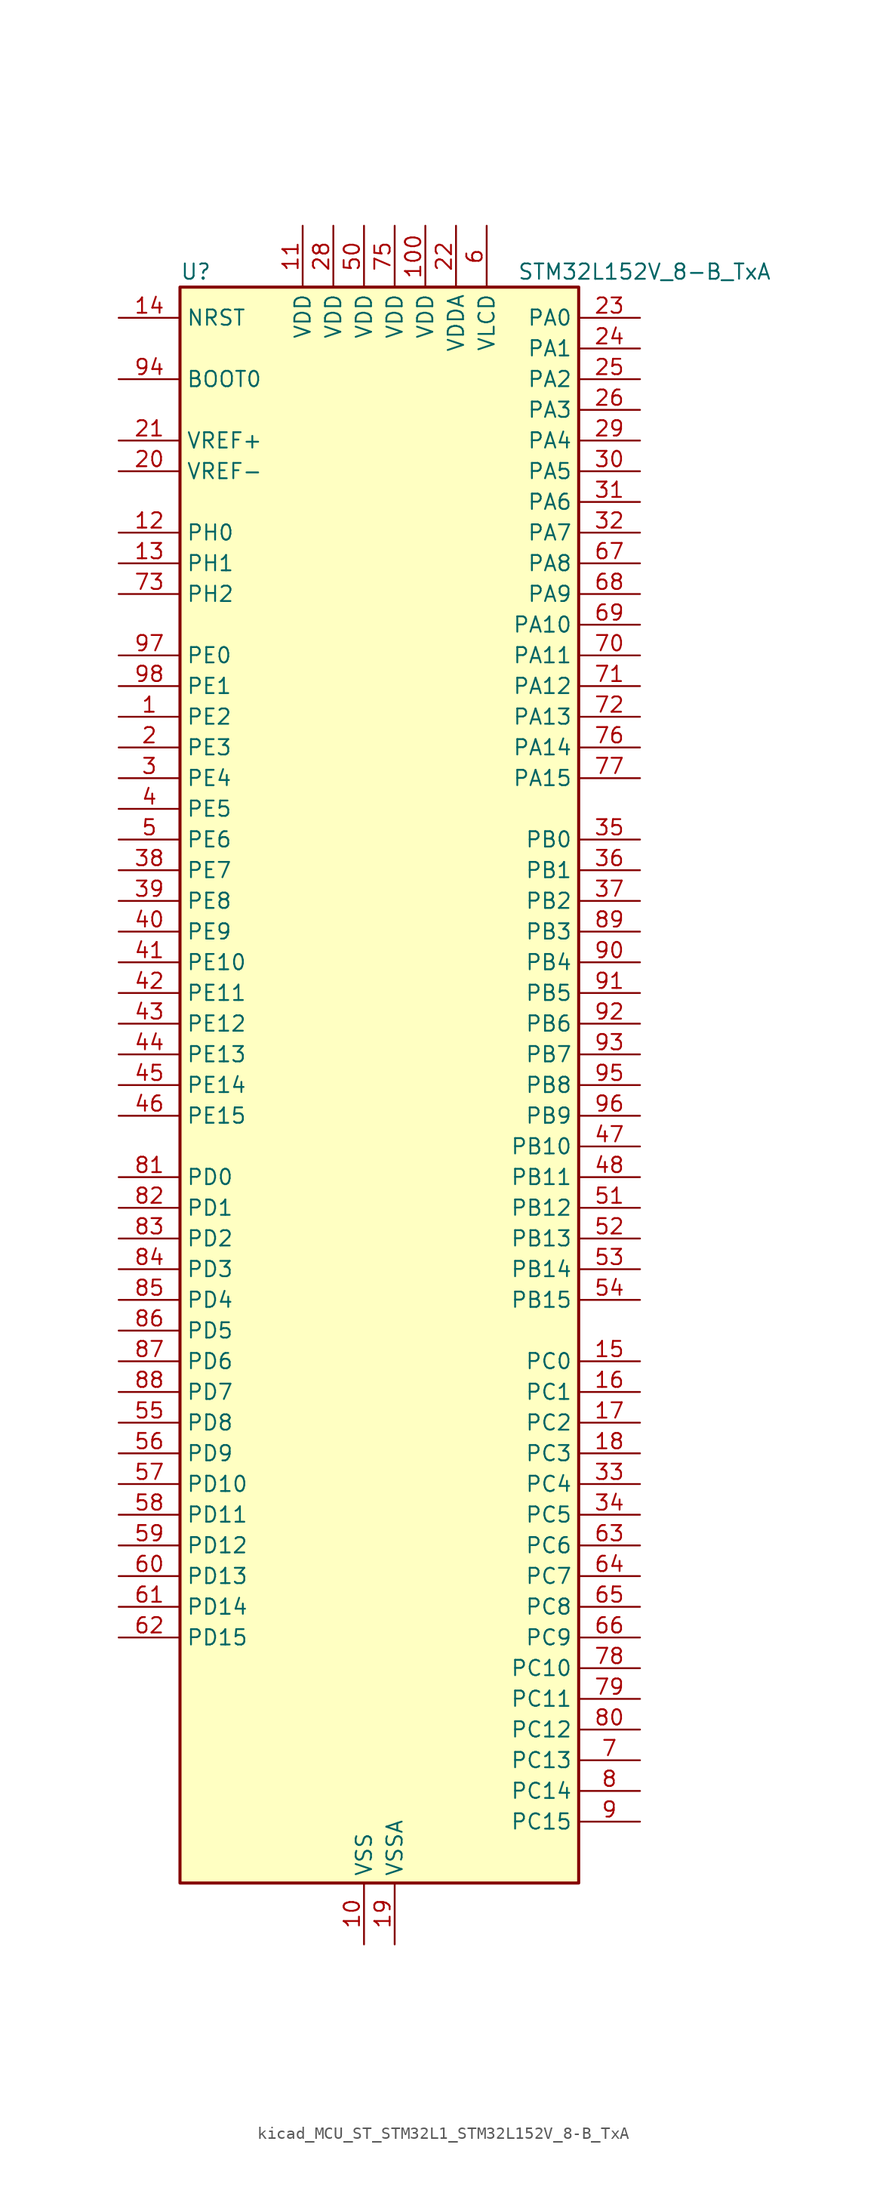
<source format=kicad_sym>
(kicad_symbol_lib
  (version 20220914)
  (generator kicad_symbol_editor)
  (symbol "kicad_MCU_ST_STM32L1_STM32L152V_8-B_TxA"
    (property "Reference" "U"
      (at -15.24 67.31 0)
      (effects (font (size 1.27 1.27)) (justify left)))
    (property "Value" "STM32L152V_8-B_TxA"
      (at 12.7 67.31 0)
      (effects (font (size 1.27 1.27)) (justify left)))
    (property "ki_locked" ""
      (at 0 0 0)
      (effects (font (size 1.27 1.27))))
    (symbol "kicad_MCU_ST_STM32L1_STM32L152V_8-B_TxA_0_1"
      (rectangle (start -15.24 -66.04) (end 17.78 66.04) (stroke (width 0.254) (type default)) (fill (type background))))
    (symbol "kicad_MCU_ST_STM32L1_STM32L152V_8-B_TxA_1_1"
      (pin bidirectional line (at -20.32 30.48 0) (length 5.08) (name "PE2" (effects (font (size 1.27 1.27)))) (number "1" (effects (font (size 1.27 1.27)))) (alternate "LCD_SEG38" bidirectional line) (alternate "SYS_TRACECK" bidirectional line) (alternate "TIM3_ETR" bidirectional line) (alternate "TIMX_IC3" bidirectional line))
      (pin power_in line (at 0 -71.12 90) (length 5.08) (name "VSS" (effects (font (size 1.27 1.27)))) (number "10" (effects (font (size 1.27 1.27)))))
      (pin power_in line (at 5.08 71.12 270) (length 5.08) (name "VDD" (effects (font (size 1.27 1.27)))) (number "100" (effects (font (size 1.27 1.27)))))
      (pin power_in line (at -5.08 71.12 270) (length 5.08) (name "VDD" (effects (font (size 1.27 1.27)))) (number "11" (effects (font (size 1.27 1.27)))))
      (pin bidirectional line (at -20.32 45.72 0) (length 5.08) (name "PH0" (effects (font (size 1.27 1.27)))) (number "12" (effects (font (size 1.27 1.27)))) (alternate "RCC_OSC_IN" bidirectional line))
      (pin bidirectional line (at -20.32 43.18 0) (length 5.08) (name "PH1" (effects (font (size 1.27 1.27)))) (number "13" (effects (font (size 1.27 1.27)))) (alternate "RCC_OSC_OUT" bidirectional line))
      (pin input line (at -20.32 63.5 0) (length 5.08) (name "NRST" (effects (font (size 1.27 1.27)))) (number "14" (effects (font (size 1.27 1.27)))))
      (pin bidirectional line (at 22.86 -22.86 180) (length 5.08) (name "PC0" (effects (font (size 1.27 1.27)))) (number "15" (effects (font (size 1.27 1.27)))) (alternate "ADC_IN10" bidirectional line) (alternate "COMP1_INP" bidirectional line) (alternate "LCD_SEG18" bidirectional line) (alternate "TIMX_IC1" bidirectional line) (alternate "TS_G8_IO1" bidirectional line))
      (pin bidirectional line (at 22.86 -25.4 180) (length 5.08) (name "PC1" (effects (font (size 1.27 1.27)))) (number "16" (effects (font (size 1.27 1.27)))) (alternate "ADC_IN11" bidirectional line) (alternate "COMP1_INP" bidirectional line) (alternate "LCD_SEG19" bidirectional line) (alternate "TIMX_IC2" bidirectional line) (alternate "TS_G8_IO2" bidirectional line))
      (pin bidirectional line (at 22.86 -27.94 180) (length 5.08) (name "PC2" (effects (font (size 1.27 1.27)))) (number "17" (effects (font (size 1.27 1.27)))) (alternate "ADC_IN12" bidirectional line) (alternate "COMP1_INP" bidirectional line) (alternate "LCD_SEG20" bidirectional line) (alternate "TIMX_IC3" bidirectional line) (alternate "TS_G8_IO3" bidirectional line))
      (pin bidirectional line (at 22.86 -30.48 180) (length 5.08) (name "PC3" (effects (font (size 1.27 1.27)))) (number "18" (effects (font (size 1.27 1.27)))) (alternate "ADC_IN13" bidirectional line) (alternate "COMP1_INP" bidirectional line) (alternate "LCD_SEG21" bidirectional line) (alternate "TIMX_IC4" bidirectional line) (alternate "TS_G8_IO4" bidirectional line))
      (pin power_in line (at 2.54 -71.12 90) (length 5.08) (name "VSSA" (effects (font (size 1.27 1.27)))) (number "19" (effects (font (size 1.27 1.27)))))
      (pin bidirectional line (at -20.32 27.94 0) (length 5.08) (name "PE3" (effects (font (size 1.27 1.27)))) (number "2" (effects (font (size 1.27 1.27)))) (alternate "LCD_SEG39" bidirectional line) (alternate "SYS_TRACED0" bidirectional line) (alternate "TIM3_CH1" bidirectional line) (alternate "TIMX_IC4" bidirectional line))
      (pin input line (at -20.32 50.8 0) (length 5.08) (name "VREF-" (effects (font (size 1.27 1.27)))) (number "20" (effects (font (size 1.27 1.27)))))
      (pin input line (at -20.32 53.34 0) (length 5.08) (name "VREF+" (effects (font (size 1.27 1.27)))) (number "21" (effects (font (size 1.27 1.27)))))
      (pin power_in line (at 7.62 71.12 270) (length 5.08) (name "VDDA" (effects (font (size 1.27 1.27)))) (number "22" (effects (font (size 1.27 1.27)))))
      (pin bidirectional line (at 22.86 63.5 180) (length 5.08) (name "PA0" (effects (font (size 1.27 1.27)))) (number "23" (effects (font (size 1.27 1.27)))) (alternate "ADC_IN0" bidirectional line) (alternate "COMP1_INP" bidirectional line) (alternate "RTC_TAMP2" bidirectional line) (alternate "SYS_WKUP1" bidirectional line) (alternate "TIM2_CH1" bidirectional line) (alternate "TIM2_ETR" bidirectional line) (alternate "TIMX_IC1" bidirectional line) (alternate "TS_G1_IO1" bidirectional line) (alternate "USART2_CTS" bidirectional line))
      (pin bidirectional line (at 22.86 60.96 180) (length 5.08) (name "PA1" (effects (font (size 1.27 1.27)))) (number "24" (effects (font (size 1.27 1.27)))) (alternate "ADC_IN1" bidirectional line) (alternate "COMP1_INP" bidirectional line) (alternate "LCD_SEG0" bidirectional line) (alternate "TIM2_CH2" bidirectional line) (alternate "TIMX_IC2" bidirectional line) (alternate "TS_G1_IO2" bidirectional line) (alternate "USART2_RTS" bidirectional line))
      (pin bidirectional line (at 22.86 58.42 180) (length 5.08) (name "PA2" (effects (font (size 1.27 1.27)))) (number "25" (effects (font (size 1.27 1.27)))) (alternate "ADC_IN2" bidirectional line) (alternate "COMP1_INP" bidirectional line) (alternate "LCD_SEG1" bidirectional line) (alternate "TIM2_CH3" bidirectional line) (alternate "TIM9_CH1" bidirectional line) (alternate "TIMX_IC3" bidirectional line) (alternate "TS_G1_IO3" bidirectional line) (alternate "USART2_TX" bidirectional line))
      (pin bidirectional line (at 22.86 55.88 180) (length 5.08) (name "PA3" (effects (font (size 1.27 1.27)))) (number "26" (effects (font (size 1.27 1.27)))) (alternate "ADC_IN3" bidirectional line) (alternate "COMP1_INP" bidirectional line) (alternate "LCD_SEG2" bidirectional line) (alternate "TIM2_CH4" bidirectional line) (alternate "TIM9_CH2" bidirectional line) (alternate "TIMX_IC4" bidirectional line) (alternate "TS_G1_IO4" bidirectional line) (alternate "USART2_RX" bidirectional line))
      (pin passive line (at 0 -71.12 90) (length 5.08) hide (name "VSS" (effects (font (size 1.27 1.27)))) (number "27" (effects (font (size 1.27 1.27)))))
      (pin power_in line (at -2.54 71.12 270) (length 5.08) (name "VDD" (effects (font (size 1.27 1.27)))) (number "28" (effects (font (size 1.27 1.27)))))
      (pin bidirectional line (at 22.86 53.34 180) (length 5.08) (name "PA4" (effects (font (size 1.27 1.27)))) (number "29" (effects (font (size 1.27 1.27)))) (alternate "ADC_IN4" bidirectional line) (alternate "COMP1_INP" bidirectional line) (alternate "DAC_OUT1" bidirectional line) (alternate "SPI1_NSS" bidirectional line) (alternate "TIMX_IC1" bidirectional line) (alternate "USART2_CK" bidirectional line))
      (pin bidirectional line (at -20.32 25.4 0) (length 5.08) (name "PE4" (effects (font (size 1.27 1.27)))) (number "3" (effects (font (size 1.27 1.27)))) (alternate "SYS_TRACED1" bidirectional line) (alternate "TIM3_CH2" bidirectional line) (alternate "TIMX_IC1" bidirectional line))
      (pin bidirectional line (at 22.86 50.8 180) (length 5.08) (name "PA5" (effects (font (size 1.27 1.27)))) (number "30" (effects (font (size 1.27 1.27)))) (alternate "ADC_IN5" bidirectional line) (alternate "COMP1_INP" bidirectional line) (alternate "DAC_OUT2" bidirectional line) (alternate "SPI1_SCK" bidirectional line) (alternate "TIM2_CH1" bidirectional line) (alternate "TIM2_ETR" bidirectional line) (alternate "TIMX_IC2" bidirectional line))
      (pin bidirectional line (at 22.86 48.26 180) (length 5.08) (name "PA6" (effects (font (size 1.27 1.27)))) (number "31" (effects (font (size 1.27 1.27)))) (alternate "ADC_IN6" bidirectional line) (alternate "COMP1_INP" bidirectional line) (alternate "LCD_SEG3" bidirectional line) (alternate "SPI1_MISO" bidirectional line) (alternate "TIM10_CH1" bidirectional line) (alternate "TIM3_CH1" bidirectional line) (alternate "TIMX_IC3" bidirectional line) (alternate "TS_G2_IO1" bidirectional line))
      (pin bidirectional line (at 22.86 45.72 180) (length 5.08) (name "PA7" (effects (font (size 1.27 1.27)))) (number "32" (effects (font (size 1.27 1.27)))) (alternate "ADC_IN7" bidirectional line) (alternate "COMP1_INP" bidirectional line) (alternate "LCD_SEG4" bidirectional line) (alternate "SPI1_MOSI" bidirectional line) (alternate "TIM11_CH1" bidirectional line) (alternate "TIM3_CH2" bidirectional line) (alternate "TIMX_IC4" bidirectional line) (alternate "TS_G2_IO2" bidirectional line))
      (pin bidirectional line (at 22.86 -33.02 180) (length 5.08) (name "PC4" (effects (font (size 1.27 1.27)))) (number "33" (effects (font (size 1.27 1.27)))) (alternate "ADC_IN14" bidirectional line) (alternate "COMP1_INP" bidirectional line) (alternate "LCD_SEG22" bidirectional line) (alternate "TIMX_IC1" bidirectional line) (alternate "TS_G9_IO1" bidirectional line))
      (pin bidirectional line (at 22.86 -35.56 180) (length 5.08) (name "PC5" (effects (font (size 1.27 1.27)))) (number "34" (effects (font (size 1.27 1.27)))) (alternate "ADC_IN15" bidirectional line) (alternate "COMP1_INP" bidirectional line) (alternate "LCD_SEG23" bidirectional line) (alternate "TIMX_IC2" bidirectional line) (alternate "TS_G9_IO2" bidirectional line))
      (pin bidirectional line (at 22.86 20.32 180) (length 5.08) (name "PB0" (effects (font (size 1.27 1.27)))) (number "35" (effects (font (size 1.27 1.27)))) (alternate "ADC_IN8" bidirectional line) (alternate "COMP1_INP" bidirectional line) (alternate "LCD_SEG5" bidirectional line) (alternate "SYS_V_REF_OUT" bidirectional line) (alternate "TIM3_CH3" bidirectional line) (alternate "TS_G3_IO1" bidirectional line))
      (pin bidirectional line (at 22.86 17.78 180) (length 5.08) (name "PB1" (effects (font (size 1.27 1.27)))) (number "36" (effects (font (size 1.27 1.27)))) (alternate "ADC_IN9" bidirectional line) (alternate "COMP1_INP" bidirectional line) (alternate "LCD_SEG6" bidirectional line) (alternate "SYS_V_REF_OUT" bidirectional line) (alternate "TIM3_CH4" bidirectional line) (alternate "TS_G3_IO2" bidirectional line))
      (pin bidirectional line (at 22.86 15.24 180) (length 5.08) (name "PB2" (effects (font (size 1.27 1.27)))) (number "37" (effects (font (size 1.27 1.27)))) (alternate "TS_G3_IO3" bidirectional line))
      (pin bidirectional line (at -20.32 17.78 0) (length 5.08) (name "PE7" (effects (font (size 1.27 1.27)))) (number "38" (effects (font (size 1.27 1.27)))) (alternate "ADC_IN22" bidirectional line) (alternate "COMP1_INP" bidirectional line) (alternate "TIMX_IC4" bidirectional line))
      (pin bidirectional line (at -20.32 15.24 0) (length 5.08) (name "PE8" (effects (font (size 1.27 1.27)))) (number "39" (effects (font (size 1.27 1.27)))) (alternate "ADC_IN23" bidirectional line) (alternate "COMP1_INP" bidirectional line) (alternate "TIMX_IC1" bidirectional line))
      (pin bidirectional line (at -20.32 22.86 0) (length 5.08) (name "PE5" (effects (font (size 1.27 1.27)))) (number "4" (effects (font (size 1.27 1.27)))) (alternate "SYS_TRACED2" bidirectional line) (alternate "TIM9_CH1" bidirectional line) (alternate "TIMX_IC2" bidirectional line))
      (pin bidirectional line (at -20.32 12.7 0) (length 5.08) (name "PE9" (effects (font (size 1.27 1.27)))) (number "40" (effects (font (size 1.27 1.27)))) (alternate "ADC_IN24" bidirectional line) (alternate "COMP1_INP" bidirectional line) (alternate "DAC_EXTI9" bidirectional line) (alternate "TIM2_CH1" bidirectional line) (alternate "TIM2_ETR" bidirectional line) (alternate "TIMX_IC2" bidirectional line))
      (pin bidirectional line (at -20.32 10.16 0) (length 5.08) (name "PE10" (effects (font (size 1.27 1.27)))) (number "41" (effects (font (size 1.27 1.27)))) (alternate "ADC_IN25" bidirectional line) (alternate "COMP1_INP" bidirectional line) (alternate "TIM2_CH2" bidirectional line) (alternate "TIMX_IC3" bidirectional line))
      (pin bidirectional line (at -20.32 7.62 0) (length 5.08) (name "PE11" (effects (font (size 1.27 1.27)))) (number "42" (effects (font (size 1.27 1.27)))) (alternate "ADC_EXTI11" bidirectional line) (alternate "TIM2_CH3" bidirectional line) (alternate "TIMX_IC4" bidirectional line))
      (pin bidirectional line (at -20.32 5.08 0) (length 5.08) (name "PE12" (effects (font (size 1.27 1.27)))) (number "43" (effects (font (size 1.27 1.27)))) (alternate "SPI1_NSS" bidirectional line) (alternate "TIM2_CH4" bidirectional line) (alternate "TIMX_IC1" bidirectional line))
      (pin bidirectional line (at -20.32 2.54 0) (length 5.08) (name "PE13" (effects (font (size 1.27 1.27)))) (number "44" (effects (font (size 1.27 1.27)))) (alternate "SPI1_SCK" bidirectional line) (alternate "TIMX_IC2" bidirectional line))
      (pin bidirectional line (at -20.32 0 0) (length 5.08) (name "PE14" (effects (font (size 1.27 1.27)))) (number "45" (effects (font (size 1.27 1.27)))) (alternate "SPI1_MISO" bidirectional line) (alternate "TIMX_IC3" bidirectional line))
      (pin bidirectional line (at -20.32 -2.54 0) (length 5.08) (name "PE15" (effects (font (size 1.27 1.27)))) (number "46" (effects (font (size 1.27 1.27)))) (alternate "ADC_EXTI15" bidirectional line) (alternate "SPI1_MOSI" bidirectional line) (alternate "TIMX_IC4" bidirectional line))
      (pin bidirectional line (at 22.86 -5.08 180) (length 5.08) (name "PB10" (effects (font (size 1.27 1.27)))) (number "47" (effects (font (size 1.27 1.27)))) (alternate "I2C2_SCL" bidirectional line) (alternate "LCD_SEG10" bidirectional line) (alternate "TIM2_CH3" bidirectional line) (alternate "USART3_TX" bidirectional line))
      (pin bidirectional line (at 22.86 -7.62 180) (length 5.08) (name "PB11" (effects (font (size 1.27 1.27)))) (number "48" (effects (font (size 1.27 1.27)))) (alternate "ADC_EXTI11" bidirectional line) (alternate "I2C2_SDA" bidirectional line) (alternate "LCD_SEG11" bidirectional line) (alternate "TIM2_CH4" bidirectional line) (alternate "USART3_RX" bidirectional line))
      (pin passive line (at 0 -71.12 90) (length 5.08) hide (name "VSS" (effects (font (size 1.27 1.27)))) (number "49" (effects (font (size 1.27 1.27)))))
      (pin bidirectional line (at -20.32 20.32 0) (length 5.08) (name "PE6" (effects (font (size 1.27 1.27)))) (number "5" (effects (font (size 1.27 1.27)))) (alternate "RTC_TAMP3" bidirectional line) (alternate "SYS_TRACED3" bidirectional line) (alternate "SYS_WKUP3" bidirectional line) (alternate "TIM9_CH2" bidirectional line) (alternate "TIMX_IC3" bidirectional line))
      (pin power_in line (at 0 71.12 270) (length 5.08) (name "VDD" (effects (font (size 1.27 1.27)))) (number "50" (effects (font (size 1.27 1.27)))))
      (pin bidirectional line (at 22.86 -10.16 180) (length 5.08) (name "PB12" (effects (font (size 1.27 1.27)))) (number "51" (effects (font (size 1.27 1.27)))) (alternate "ADC_IN18" bidirectional line) (alternate "COMP1_INP" bidirectional line) (alternate "I2C2_SMBA" bidirectional line) (alternate "LCD_SEG12" bidirectional line) (alternate "SPI2_NSS" bidirectional line) (alternate "TIM10_CH1" bidirectional line) (alternate "TS_G7_IO1" bidirectional line) (alternate "USART3_CK" bidirectional line))
      (pin bidirectional line (at 22.86 -12.7 180) (length 5.08) (name "PB13" (effects (font (size 1.27 1.27)))) (number "52" (effects (font (size 1.27 1.27)))) (alternate "ADC_IN19" bidirectional line) (alternate "COMP1_INP" bidirectional line) (alternate "LCD_SEG13" bidirectional line) (alternate "SPI2_SCK" bidirectional line) (alternate "TIM9_CH1" bidirectional line) (alternate "TS_G7_IO2" bidirectional line) (alternate "USART3_CTS" bidirectional line))
      (pin bidirectional line (at 22.86 -15.24 180) (length 5.08) (name "PB14" (effects (font (size 1.27 1.27)))) (number "53" (effects (font (size 1.27 1.27)))) (alternate "ADC_IN20" bidirectional line) (alternate "COMP1_INP" bidirectional line) (alternate "LCD_SEG14" bidirectional line) (alternate "SPI2_MISO" bidirectional line) (alternate "TIM9_CH2" bidirectional line) (alternate "TS_G7_IO3" bidirectional line) (alternate "USART3_RTS" bidirectional line))
      (pin bidirectional line (at 22.86 -17.78 180) (length 5.08) (name "PB15" (effects (font (size 1.27 1.27)))) (number "54" (effects (font (size 1.27 1.27)))) (alternate "ADC_EXTI15" bidirectional line) (alternate "ADC_IN21" bidirectional line) (alternate "COMP1_INP" bidirectional line) (alternate "LCD_SEG15" bidirectional line) (alternate "RTC_REFIN" bidirectional line) (alternate "SPI2_MOSI" bidirectional line) (alternate "TIM11_CH1" bidirectional line) (alternate "TS_G7_IO4" bidirectional line))
      (pin bidirectional line (at -20.32 -27.94 0) (length 5.08) (name "PD8" (effects (font (size 1.27 1.27)))) (number "55" (effects (font (size 1.27 1.27)))) (alternate "LCD_SEG28" bidirectional line) (alternate "TIMX_IC1" bidirectional line) (alternate "USART3_TX" bidirectional line))
      (pin bidirectional line (at -20.32 -30.48 0) (length 5.08) (name "PD9" (effects (font (size 1.27 1.27)))) (number "56" (effects (font (size 1.27 1.27)))) (alternate "DAC_EXTI9" bidirectional line) (alternate "LCD_SEG29" bidirectional line) (alternate "TIMX_IC2" bidirectional line) (alternate "USART3_RX" bidirectional line))
      (pin bidirectional line (at -20.32 -33.02 0) (length 5.08) (name "PD10" (effects (font (size 1.27 1.27)))) (number "57" (effects (font (size 1.27 1.27)))) (alternate "LCD_SEG30" bidirectional line) (alternate "TIMX_IC3" bidirectional line) (alternate "USART3_CK" bidirectional line))
      (pin bidirectional line (at -20.32 -35.56 0) (length 5.08) (name "PD11" (effects (font (size 1.27 1.27)))) (number "58" (effects (font (size 1.27 1.27)))) (alternate "ADC_EXTI11" bidirectional line) (alternate "LCD_SEG31" bidirectional line) (alternate "TIMX_IC4" bidirectional line) (alternate "USART3_CTS" bidirectional line))
      (pin bidirectional line (at -20.32 -38.1 0) (length 5.08) (name "PD12" (effects (font (size 1.27 1.27)))) (number "59" (effects (font (size 1.27 1.27)))) (alternate "LCD_SEG32" bidirectional line) (alternate "TIM4_CH1" bidirectional line) (alternate "TIMX_IC1" bidirectional line) (alternate "USART3_RTS" bidirectional line))
      (pin power_in line (at 10.16 71.12 270) (length 5.08) (name "VLCD" (effects (font (size 1.27 1.27)))) (number "6" (effects (font (size 1.27 1.27)))))
      (pin bidirectional line (at -20.32 -40.64 0) (length 5.08) (name "PD13" (effects (font (size 1.27 1.27)))) (number "60" (effects (font (size 1.27 1.27)))) (alternate "LCD_SEG33" bidirectional line) (alternate "TIM4_CH2" bidirectional line) (alternate "TIMX_IC2" bidirectional line))
      (pin bidirectional line (at -20.32 -43.18 0) (length 5.08) (name "PD14" (effects (font (size 1.27 1.27)))) (number "61" (effects (font (size 1.27 1.27)))) (alternate "LCD_SEG34" bidirectional line) (alternate "TIM4_CH3" bidirectional line) (alternate "TIMX_IC3" bidirectional line))
      (pin bidirectional line (at -20.32 -45.72 0) (length 5.08) (name "PD15" (effects (font (size 1.27 1.27)))) (number "62" (effects (font (size 1.27 1.27)))) (alternate "ADC_EXTI15" bidirectional line) (alternate "LCD_SEG35" bidirectional line) (alternate "TIM4_CH4" bidirectional line) (alternate "TIMX_IC4" bidirectional line))
      (pin bidirectional line (at 22.86 -38.1 180) (length 5.08) (name "PC6" (effects (font (size 1.27 1.27)))) (number "63" (effects (font (size 1.27 1.27)))) (alternate "LCD_SEG24" bidirectional line) (alternate "TIM3_CH1" bidirectional line) (alternate "TIMX_IC3" bidirectional line) (alternate "TS_G10_IO1" bidirectional line))
      (pin bidirectional line (at 22.86 -40.64 180) (length 5.08) (name "PC7" (effects (font (size 1.27 1.27)))) (number "64" (effects (font (size 1.27 1.27)))) (alternate "LCD_SEG25" bidirectional line) (alternate "TIM3_CH2" bidirectional line) (alternate "TIMX_IC4" bidirectional line) (alternate "TS_G10_IO2" bidirectional line))
      (pin bidirectional line (at 22.86 -43.18 180) (length 5.08) (name "PC8" (effects (font (size 1.27 1.27)))) (number "65" (effects (font (size 1.27 1.27)))) (alternate "LCD_SEG26" bidirectional line) (alternate "TIM3_CH3" bidirectional line) (alternate "TIMX_IC1" bidirectional line) (alternate "TS_G10_IO3" bidirectional line))
      (pin bidirectional line (at 22.86 -45.72 180) (length 5.08) (name "PC9" (effects (font (size 1.27 1.27)))) (number "66" (effects (font (size 1.27 1.27)))) (alternate "DAC_EXTI9" bidirectional line) (alternate "LCD_SEG27" bidirectional line) (alternate "TIM3_CH4" bidirectional line) (alternate "TIMX_IC2" bidirectional line) (alternate "TS_G10_IO4" bidirectional line))
      (pin bidirectional line (at 22.86 43.18 180) (length 5.08) (name "PA8" (effects (font (size 1.27 1.27)))) (number "67" (effects (font (size 1.27 1.27)))) (alternate "LCD_COM0" bidirectional line) (alternate "RCC_MCO" bidirectional line) (alternate "TIMX_IC1" bidirectional line) (alternate "TS_G4_IO1" bidirectional line) (alternate "USART1_CK" bidirectional line))
      (pin bidirectional line (at 22.86 40.64 180) (length 5.08) (name "PA9" (effects (font (size 1.27 1.27)))) (number "68" (effects (font (size 1.27 1.27)))) (alternate "DAC_EXTI9" bidirectional line) (alternate "LCD_COM1" bidirectional line) (alternate "TIMX_IC2" bidirectional line) (alternate "TS_G4_IO2" bidirectional line) (alternate "USART1_TX" bidirectional line))
      (pin bidirectional line (at 22.86 38.1 180) (length 5.08) (name "PA10" (effects (font (size 1.27 1.27)))) (number "69" (effects (font (size 1.27 1.27)))) (alternate "LCD_COM2" bidirectional line) (alternate "TIMX_IC3" bidirectional line) (alternate "TS_G4_IO3" bidirectional line) (alternate "USART1_RX" bidirectional line))
      (pin bidirectional line (at 22.86 -55.88 180) (length 5.08) (name "PC13" (effects (font (size 1.27 1.27)))) (number "7" (effects (font (size 1.27 1.27)))) (alternate "RTC_OUT_ALARM" bidirectional line) (alternate "RTC_OUT_CALIB" bidirectional line) (alternate "RTC_TAMP1" bidirectional line) (alternate "RTC_TS" bidirectional line) (alternate "SYS_WKUP2" bidirectional line) (alternate "TIMX_IC2" bidirectional line))
      (pin bidirectional line (at 22.86 35.56 180) (length 5.08) (name "PA11" (effects (font (size 1.27 1.27)))) (number "70" (effects (font (size 1.27 1.27)))) (alternate "ADC_EXTI11" bidirectional line) (alternate "SPI1_MISO" bidirectional line) (alternate "TIMX_IC4" bidirectional line) (alternate "USART1_CTS" bidirectional line) (alternate "USB_DM" bidirectional line))
      (pin bidirectional line (at 22.86 33.02 180) (length 5.08) (name "PA12" (effects (font (size 1.27 1.27)))) (number "71" (effects (font (size 1.27 1.27)))) (alternate "SPI1_MOSI" bidirectional line) (alternate "TIMX_IC1" bidirectional line) (alternate "USART1_RTS" bidirectional line) (alternate "USB_DP" bidirectional line))
      (pin bidirectional line (at 22.86 30.48 180) (length 5.08) (name "PA13" (effects (font (size 1.27 1.27)))) (number "72" (effects (font (size 1.27 1.27)))) (alternate "SYS_JTMS-SWDIO" bidirectional line) (alternate "TIMX_IC2" bidirectional line) (alternate "TS_G5_IO1" bidirectional line))
      (pin bidirectional line (at -20.32 40.64 0) (length 5.08) (name "PH2" (effects (font (size 1.27 1.27)))) (number "73" (effects (font (size 1.27 1.27)))))
      (pin passive line (at 0 -71.12 90) (length 5.08) hide (name "VSS" (effects (font (size 1.27 1.27)))) (number "74" (effects (font (size 1.27 1.27)))))
      (pin power_in line (at 2.54 71.12 270) (length 5.08) (name "VDD" (effects (font (size 1.27 1.27)))) (number "75" (effects (font (size 1.27 1.27)))))
      (pin bidirectional line (at 22.86 27.94 180) (length 5.08) (name "PA14" (effects (font (size 1.27 1.27)))) (number "76" (effects (font (size 1.27 1.27)))) (alternate "SYS_JTCK-SWCLK" bidirectional line) (alternate "TIMX_IC3" bidirectional line) (alternate "TS_G5_IO2" bidirectional line))
      (pin bidirectional line (at 22.86 25.4 180) (length 5.08) (name "PA15" (effects (font (size 1.27 1.27)))) (number "77" (effects (font (size 1.27 1.27)))) (alternate "ADC_EXTI15" bidirectional line) (alternate "LCD_SEG17" bidirectional line) (alternate "SPI1_NSS" bidirectional line) (alternate "SYS_JTDI" bidirectional line) (alternate "TIM2_CH1" bidirectional line) (alternate "TIM2_ETR" bidirectional line) (alternate "TIMX_IC4" bidirectional line) (alternate "TS_G5_IO3" bidirectional line))
      (pin bidirectional line (at 22.86 -48.26 180) (length 5.08) (name "PC10" (effects (font (size 1.27 1.27)))) (number "78" (effects (font (size 1.27 1.27)))) (alternate "LCD_COM4" bidirectional line) (alternate "LCD_SEG28" bidirectional line) (alternate "LCD_SEG40" bidirectional line) (alternate "TIMX_IC3" bidirectional line) (alternate "USART3_TX" bidirectional line))
      (pin bidirectional line (at 22.86 -50.8 180) (length 5.08) (name "PC11" (effects (font (size 1.27 1.27)))) (number "79" (effects (font (size 1.27 1.27)))) (alternate "ADC_EXTI11" bidirectional line) (alternate "LCD_COM5" bidirectional line) (alternate "LCD_SEG29" bidirectional line) (alternate "LCD_SEG41" bidirectional line) (alternate "TIMX_IC4" bidirectional line) (alternate "USART3_RX" bidirectional line))
      (pin bidirectional line (at 22.86 -58.42 180) (length 5.08) (name "PC14" (effects (font (size 1.27 1.27)))) (number "8" (effects (font (size 1.27 1.27)))) (alternate "RCC_OSC32_IN" bidirectional line) (alternate "TIMX_IC3" bidirectional line))
      (pin bidirectional line (at 22.86 -53.34 180) (length 5.08) (name "PC12" (effects (font (size 1.27 1.27)))) (number "80" (effects (font (size 1.27 1.27)))) (alternate "LCD_COM6" bidirectional line) (alternate "LCD_SEG30" bidirectional line) (alternate "LCD_SEG42" bidirectional line) (alternate "TIMX_IC1" bidirectional line) (alternate "USART3_CK" bidirectional line))
      (pin bidirectional line (at -20.32 -7.62 0) (length 5.08) (name "PD0" (effects (font (size 1.27 1.27)))) (number "81" (effects (font (size 1.27 1.27)))) (alternate "SPI2_NSS" bidirectional line) (alternate "TIM9_CH1" bidirectional line) (alternate "TIMX_IC1" bidirectional line))
      (pin bidirectional line (at -20.32 -10.16 0) (length 5.08) (name "PD1" (effects (font (size 1.27 1.27)))) (number "82" (effects (font (size 1.27 1.27)))) (alternate "SPI2_SCK" bidirectional line) (alternate "TIMX_IC2" bidirectional line))
      (pin bidirectional line (at -20.32 -12.7 0) (length 5.08) (name "PD2" (effects (font (size 1.27 1.27)))) (number "83" (effects (font (size 1.27 1.27)))) (alternate "LCD_COM7" bidirectional line) (alternate "LCD_SEG31" bidirectional line) (alternate "LCD_SEG43" bidirectional line) (alternate "TIM3_ETR" bidirectional line) (alternate "TIMX_IC3" bidirectional line))
      (pin bidirectional line (at -20.32 -15.24 0) (length 5.08) (name "PD3" (effects (font (size 1.27 1.27)))) (number "84" (effects (font (size 1.27 1.27)))) (alternate "SPI2_MISO" bidirectional line) (alternate "TIMX_IC4" bidirectional line) (alternate "USART2_CTS" bidirectional line))
      (pin bidirectional line (at -20.32 -17.78 0) (length 5.08) (name "PD4" (effects (font (size 1.27 1.27)))) (number "85" (effects (font (size 1.27 1.27)))) (alternate "SPI2_MOSI" bidirectional line) (alternate "TIMX_IC1" bidirectional line) (alternate "USART2_RTS" bidirectional line))
      (pin bidirectional line (at -20.32 -20.32 0) (length 5.08) (name "PD5" (effects (font (size 1.27 1.27)))) (number "86" (effects (font (size 1.27 1.27)))) (alternate "TIMX_IC2" bidirectional line) (alternate "USART2_TX" bidirectional line))
      (pin bidirectional line (at -20.32 -22.86 0) (length 5.08) (name "PD6" (effects (font (size 1.27 1.27)))) (number "87" (effects (font (size 1.27 1.27)))) (alternate "TIMX_IC3" bidirectional line) (alternate "USART2_RX" bidirectional line))
      (pin bidirectional line (at -20.32 -25.4 0) (length 5.08) (name "PD7" (effects (font (size 1.27 1.27)))) (number "88" (effects (font (size 1.27 1.27)))) (alternate "TIM9_CH2" bidirectional line) (alternate "TIMX_IC4" bidirectional line) (alternate "USART2_CK" bidirectional line))
      (pin bidirectional line (at 22.86 12.7 180) (length 5.08) (name "PB3" (effects (font (size 1.27 1.27)))) (number "89" (effects (font (size 1.27 1.27)))) (alternate "COMP2_INM" bidirectional line) (alternate "LCD_SEG7" bidirectional line) (alternate "SPI1_SCK" bidirectional line) (alternate "SYS_JTDO-TRACESWO" bidirectional line) (alternate "TIM2_CH2" bidirectional line))
      (pin bidirectional line (at 22.86 -60.96 180) (length 5.08) (name "PC15" (effects (font (size 1.27 1.27)))) (number "9" (effects (font (size 1.27 1.27)))) (alternate "ADC_EXTI15" bidirectional line) (alternate "RCC_OSC32_OUT" bidirectional line) (alternate "TIMX_IC4" bidirectional line))
      (pin bidirectional line (at 22.86 10.16 180) (length 5.08) (name "PB4" (effects (font (size 1.27 1.27)))) (number "90" (effects (font (size 1.27 1.27)))) (alternate "COMP2_INP" bidirectional line) (alternate "LCD_SEG8" bidirectional line) (alternate "SPI1_MISO" bidirectional line) (alternate "SYS_JTRST" bidirectional line) (alternate "TIM3_CH1" bidirectional line) (alternate "TS_G6_IO1" bidirectional line))
      (pin bidirectional line (at 22.86 7.62 180) (length 5.08) (name "PB5" (effects (font (size 1.27 1.27)))) (number "91" (effects (font (size 1.27 1.27)))) (alternate "COMP2_INP" bidirectional line) (alternate "I2C1_SMBA" bidirectional line) (alternate "LCD_SEG9" bidirectional line) (alternate "SPI1_MOSI" bidirectional line) (alternate "TIM3_CH2" bidirectional line) (alternate "TS_G6_IO2" bidirectional line))
      (pin bidirectional line (at 22.86 5.08 180) (length 5.08) (name "PB6" (effects (font (size 1.27 1.27)))) (number "92" (effects (font (size 1.27 1.27)))) (alternate "I2C1_SCL" bidirectional line) (alternate "TIM4_CH1" bidirectional line) (alternate "TS_G6_IO3" bidirectional line) (alternate "USART1_TX" bidirectional line))
      (pin bidirectional line (at 22.86 2.54 180) (length 5.08) (name "PB7" (effects (font (size 1.27 1.27)))) (number "93" (effects (font (size 1.27 1.27)))) (alternate "I2C1_SDA" bidirectional line) (alternate "SYS_PVD_IN" bidirectional line) (alternate "TIM4_CH2" bidirectional line) (alternate "TS_G6_IO4" bidirectional line) (alternate "USART1_RX" bidirectional line))
      (pin input line (at -20.32 58.42 0) (length 5.08) (name "BOOT0" (effects (font (size 1.27 1.27)))) (number "94" (effects (font (size 1.27 1.27)))))
      (pin bidirectional line (at 22.86 0 180) (length 5.08) (name "PB8" (effects (font (size 1.27 1.27)))) (number "95" (effects (font (size 1.27 1.27)))) (alternate "I2C1_SCL" bidirectional line) (alternate "LCD_SEG16" bidirectional line) (alternate "TIM10_CH1" bidirectional line) (alternate "TIM4_CH3" bidirectional line))
      (pin bidirectional line (at 22.86 -2.54 180) (length 5.08) (name "PB9" (effects (font (size 1.27 1.27)))) (number "96" (effects (font (size 1.27 1.27)))) (alternate "DAC_EXTI9" bidirectional line) (alternate "I2C1_SDA" bidirectional line) (alternate "LCD_COM3" bidirectional line) (alternate "TIM11_CH1" bidirectional line) (alternate "TIM4_CH4" bidirectional line))
      (pin bidirectional line (at -20.32 35.56 0) (length 5.08) (name "PE0" (effects (font (size 1.27 1.27)))) (number "97" (effects (font (size 1.27 1.27)))) (alternate "LCD_SEG36" bidirectional line) (alternate "TIM10_CH1" bidirectional line) (alternate "TIM4_ETR" bidirectional line) (alternate "TIMX_IC1" bidirectional line))
      (pin bidirectional line (at -20.32 33.02 0) (length 5.08) (name "PE1" (effects (font (size 1.27 1.27)))) (number "98" (effects (font (size 1.27 1.27)))) (alternate "LCD_SEG37" bidirectional line) (alternate "TIM11_CH1" bidirectional line) (alternate "TIMX_IC2" bidirectional line))
      (pin passive line (at 0 -71.12 90) (length 5.08) hide (name "VSS" (effects (font (size 1.27 1.27)))) (number "99" (effects (font (size 1.27 1.27))))))))
</source>
